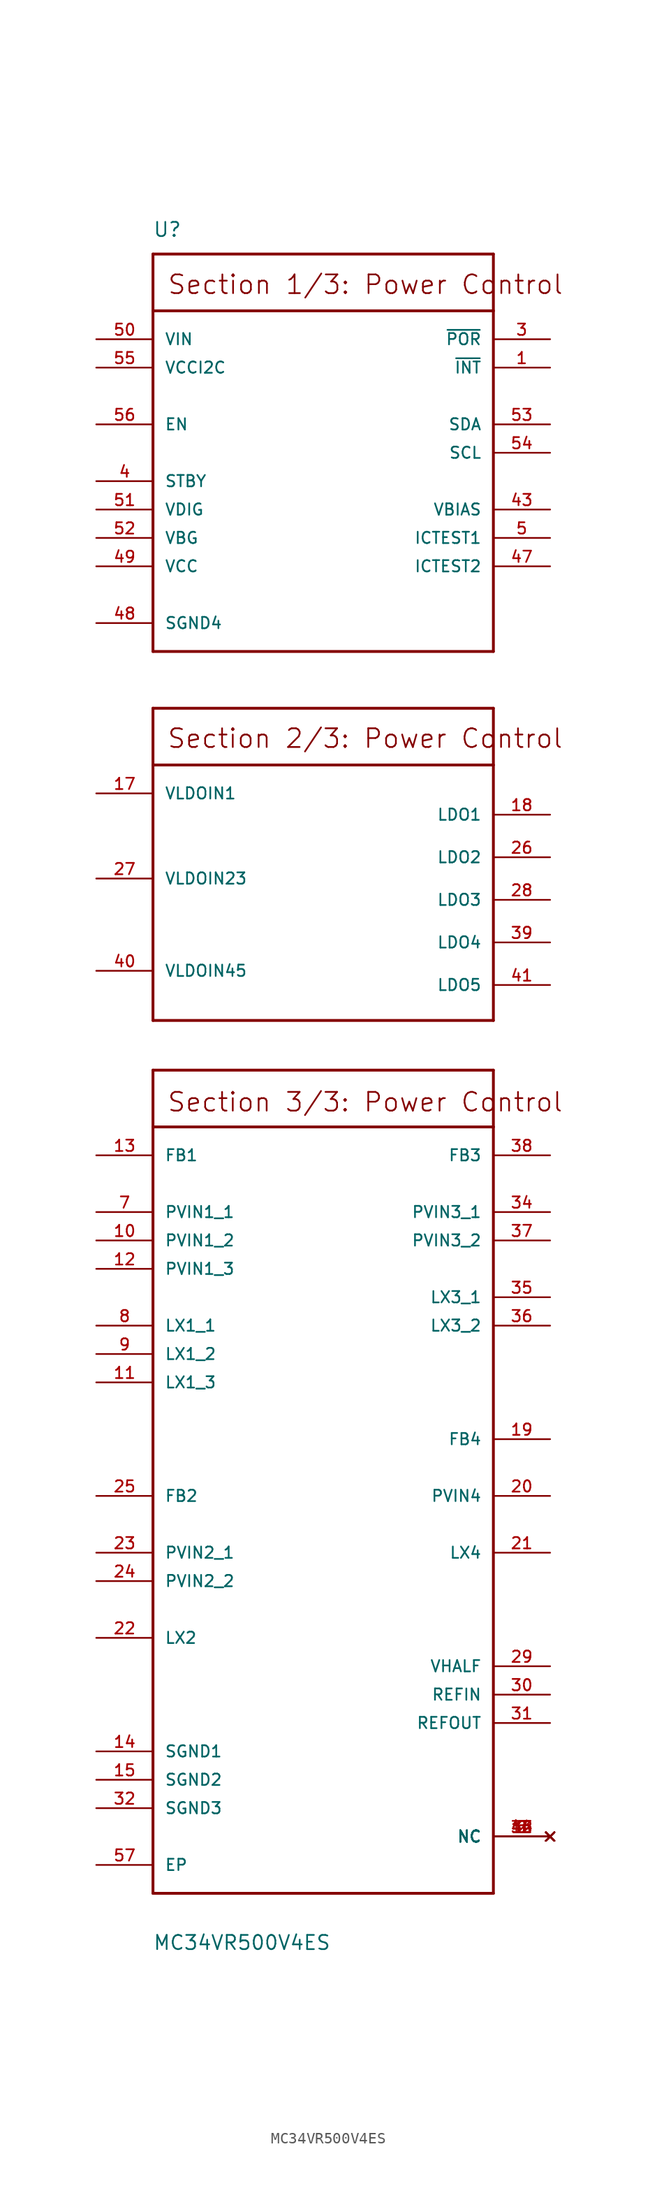
<source format=kicad_sym>
(kicad_symbol_lib
  (version 20200908)
  (generator kicad_symbol_editor)
  (symbol "MC34VR500V4ES:MC34VR500V4ES"
    (pin_names
      (offset 1.016))
    (property "Reference" "U"
      (at -15.265 71.933 0)
      (effects (font (size 1.27 1.27)) (justify left bottom)))
    (property "Value" "MC34VR500V4ES"
      (at -15.265 -81.356 0)
      (effects (font (size 1.27 1.27)) (justify left bottom)))
    (property "ki_locked" ""
      (at 0 0 0)
      (effects (font (size 1.27 1.27))))
    (symbol "MC34VR500V4ES_0_0"
      (text "Section 1/3: Power Control" (at -13.995 66.777 0) (effects (font (size 1.676 1.676)) (justify left bottom)))
      (text "Section 2/3: Power Control" (at -14.021 26.162 0) (effects (font (size 1.676 1.676)) (justify left bottom)))
      (text "Section 3/3: Power Control" (at -14.021 -6.375 0) (effects (font (size 1.676 1.676)) (justify left bottom)))
      (polyline (pts (xy -15.24 -7.62) (xy -15.24 -76.2)) (stroke (width 0.254)) (fill (type none)))
      (polyline (pts (xy -15.24 -76.2) (xy 15.24 -76.2)) (stroke (width 0.254)) (fill (type none)))
      (polyline (pts (xy 15.24 -76.2) (xy 15.24 -7.62)) (stroke (width 0.254)) (fill (type none)))
      (polyline (pts (xy 15.24 -7.62) (xy -15.24 -7.62)) (stroke (width 0.254)) (fill (type none)))
      (polyline (pts (xy -15.24 65.405) (xy 15.24 65.405)) (stroke (width 0.254)) (fill (type none)))
      (polyline (pts (xy 15.24 65.405) (xy 15.24 34.925)) (stroke (width 0.254)) (fill (type none)))
      (polyline (pts (xy 15.24 34.925) (xy -15.24 34.925)) (stroke (width 0.254)) (fill (type none)))
      (polyline (pts (xy -15.24 34.925) (xy -15.24 70.485)) (stroke (width 0.254)) (fill (type none)))
      (polyline (pts (xy -15.24 70.485) (xy 15.24 70.485)) (stroke (width 0.254)) (fill (type none)))
      (polyline (pts (xy 15.24 70.485) (xy 15.24 65.405)) (stroke (width 0.254)) (fill (type none)))
      (polyline (pts (xy -15.24 24.765) (xy 15.24 24.765)) (stroke (width 0.254)) (fill (type none)))
      (polyline (pts (xy 15.24 24.765) (xy 15.24 1.905)) (stroke (width 0.254)) (fill (type none)))
      (polyline (pts (xy 15.24 1.905) (xy -15.24 1.905)) (stroke (width 0.254)) (fill (type none)))
      (polyline (pts (xy -15.24 1.905) (xy -15.24 29.845)) (stroke (width 0.254)) (fill (type none)))
      (polyline (pts (xy -15.24 29.845) (xy 15.24 29.845)) (stroke (width 0.254)) (fill (type none)))
      (polyline (pts (xy 15.24 29.845) (xy 15.24 24.765)) (stroke (width 0.254)) (fill (type none)))
      (polyline (pts (xy -15.24 -7.62) (xy -15.24 -2.54)) (stroke (width 0.254)) (fill (type none)))
      (polyline (pts (xy -15.24 -2.54) (xy 15.24 -2.54)) (stroke (width 0.254)) (fill (type none)))
      (polyline (pts (xy 15.24 -2.54) (xy 15.24 -7.62)) (stroke (width 0.254)) (fill (type none)))
      (pin output line (at 20.32 60.325 180) (length 5.08) (name "~INT~" (effects (font (size 1.016 1.016)))) (number "1" (effects (font (size 1.016 1.016)))))
      (pin output line (at 20.32 62.865 180) (length 5.08) (name "~POR~" (effects (font (size 1.016 1.016)))) (number "3" (effects (font (size 1.016 1.016)))))
      (pin input line (at -20.32 50.165 0) (length 5.08) (name "STBY" (effects (font (size 1.016 1.016)))) (number "4" (effects (font (size 1.016 1.016)))))
      (pin input line (at 20.32 45.085 180) (length 5.08) (name "ICTEST1" (effects (font (size 1.016 1.016)))) (number "5" (effects (font (size 1.016 1.016)))))
      (pin input line (at -20.32 -15.24 0) (length 5.08) (name "PVIN1_1" (effects (font (size 1.016 1.016)))) (number "7" (effects (font (size 1.016 1.016)))))
      (pin output line (at -20.32 -25.4 0) (length 5.08) (name "LX1_1" (effects (font (size 1.016 1.016)))) (number "8" (effects (font (size 1.016 1.016)))))
      (pin input line (at -20.32 -10.16 0) (length 5.08) (name "FB1" (effects (font (size 1.016 1.016)))) (number "13" (effects (font (size 1.016 1.016)))))
      (pin power_in line (at -20.32 -63.5 0) (length 5.08) (name "SGND1" (effects (font (size 1.016 1.016)))) (number "14" (effects (font (size 1.016 1.016)))))
      (pin input line (at -20.32 22.225 0) (length 5.08) (name "VLDOIN1" (effects (font (size 1.016 1.016)))) (number "17" (effects (font (size 1.016 1.016)))))
      (pin output line (at 20.32 20.32 180) (length 5.08) (name "LDO1" (effects (font (size 1.016 1.016)))) (number "18" (effects (font (size 1.016 1.016)))))
      (pin input line (at 20.32 -35.56 180) (length 5.08) (name "FB4" (effects (font (size 1.016 1.016)))) (number "19" (effects (font (size 1.016 1.016)))))
      (pin input line (at 20.32 -40.64 180) (length 5.08) (name "PVIN4" (effects (font (size 1.016 1.016)))) (number "20" (effects (font (size 1.016 1.016)))))
      (pin output line (at 20.32 -45.72 180) (length 5.08) (name "LX4" (effects (font (size 1.016 1.016)))) (number "21" (effects (font (size 1.016 1.016)))))
      (pin output line (at -20.32 -53.34 0) (length 5.08) (name "LX2" (effects (font (size 1.016 1.016)))) (number "22" (effects (font (size 1.016 1.016)))))
      (pin input line (at -20.32 -45.72 0) (length 5.08) (name "PVIN2_1" (effects (font (size 1.016 1.016)))) (number "23" (effects (font (size 1.016 1.016)))))
      (pin input line (at -20.32 -48.26 0) (length 5.08) (name "PVIN2_2" (effects (font (size 1.016 1.016)))) (number "24" (effects (font (size 1.016 1.016)))))
      (pin input line (at -20.32 -40.64 0) (length 5.08) (name "FB2" (effects (font (size 1.016 1.016)))) (number "25" (effects (font (size 1.016 1.016)))))
      (pin output line (at 20.32 16.51 180) (length 5.08) (name "LDO2" (effects (font (size 1.016 1.016)))) (number "26" (effects (font (size 1.016 1.016)))))
      (pin input line (at -20.32 14.605 0) (length 5.08) (name "VLDOIN23" (effects (font (size 1.016 1.016)))) (number "27" (effects (font (size 1.016 1.016)))))
      (pin output line (at 20.32 12.7 180) (length 5.08) (name "LDO3" (effects (font (size 1.016 1.016)))) (number "28" (effects (font (size 1.016 1.016)))))
      (pin input line (at 20.32 -55.88 180) (length 5.08) (name "VHALF" (effects (font (size 1.016 1.016)))) (number "29" (effects (font (size 1.016 1.016)))))
      (pin input line (at 20.32 -58.42 180) (length 5.08) (name "REFIN" (effects (font (size 1.016 1.016)))) (number "30" (effects (font (size 1.016 1.016)))))
      (pin output line (at 20.32 -60.96 180) (length 5.08) (name "REFOUT" (effects (font (size 1.016 1.016)))) (number "31" (effects (font (size 1.016 1.016)))))
      (pin power_in line (at -20.32 -68.58 0) (length 5.08) (name "SGND3" (effects (font (size 1.016 1.016)))) (number "32" (effects (font (size 1.016 1.016)))))
      (pin input line (at 20.32 -15.24 180) (length 5.08) (name "PVIN3_1" (effects (font (size 1.016 1.016)))) (number "34" (effects (font (size 1.016 1.016)))))
      (pin input line (at 20.32 -17.78 180) (length 5.08) (name "PVIN3_2" (effects (font (size 1.016 1.016)))) (number "37" (effects (font (size 1.016 1.016)))))
      (pin output line (at 20.32 -22.86 180) (length 5.08) (name "LX3_1" (effects (font (size 1.016 1.016)))) (number "35" (effects (font (size 1.016 1.016)))))
      (pin output line (at 20.32 -25.4 180) (length 5.08) (name "LX3_2" (effects (font (size 1.016 1.016)))) (number "36" (effects (font (size 1.016 1.016)))))
      (pin input line (at 20.32 -10.16 180) (length 5.08) (name "FB3" (effects (font (size 1.016 1.016)))) (number "38" (effects (font (size 1.016 1.016)))))
      (pin output line (at 20.32 8.89 180) (length 5.08) (name "LDO4" (effects (font (size 1.016 1.016)))) (number "39" (effects (font (size 1.016 1.016)))))
      (pin input line (at -20.32 6.35 0) (length 5.08) (name "VLDOIN45" (effects (font (size 1.016 1.016)))) (number "40" (effects (font (size 1.016 1.016)))))
      (pin input line (at 20.32 47.625 180) (length 5.08) (name "VBIAS" (effects (font (size 1.016 1.016)))) (number "43" (effects (font (size 1.016 1.016)))))
      (pin output line (at 20.32 5.08 180) (length 5.08) (name "LDO5" (effects (font (size 1.016 1.016)))) (number "41" (effects (font (size 1.016 1.016)))))
      (pin input line (at 20.32 42.545 180) (length 5.08) (name "ICTEST2" (effects (font (size 1.016 1.016)))) (number "47" (effects (font (size 1.016 1.016)))))
      (pin power_in line (at -20.32 37.465 0) (length 5.08) (name "SGND4" (effects (font (size 1.016 1.016)))) (number "48" (effects (font (size 1.016 1.016)))))
      (pin power_in line (at -20.32 42.545 0) (length 5.08) (name "VCC" (effects (font (size 1.016 1.016)))) (number "49" (effects (font (size 1.016 1.016)))))
      (pin power_in line (at -20.32 62.865 0) (length 5.08) (name "VIN" (effects (font (size 1.016 1.016)))) (number "50" (effects (font (size 1.016 1.016)))))
      (pin output line (at -20.32 47.625 0) (length 5.08) (name "VDIG" (effects (font (size 1.016 1.016)))) (number "51" (effects (font (size 1.016 1.016)))))
      (pin output line (at -20.32 45.085 0) (length 5.08) (name "VBG" (effects (font (size 1.016 1.016)))) (number "52" (effects (font (size 1.016 1.016)))))
      (pin bidirectional line (at 20.32 55.245 180) (length 5.08) (name "SDA" (effects (font (size 1.016 1.016)))) (number "53" (effects (font (size 1.016 1.016)))))
      (pin input line (at 20.32 52.705 180) (length 5.08) (name "SCL" (effects (font (size 1.016 1.016)))) (number "54" (effects (font (size 1.016 1.016)))))
      (pin input line (at -20.32 60.325 0) (length 5.08) (name "VCCI2C" (effects (font (size 1.016 1.016)))) (number "55" (effects (font (size 1.016 1.016)))))
      (pin input line (at -20.32 55.245 0) (length 5.08) (name "EN" (effects (font (size 1.016 1.016)))) (number "56" (effects (font (size 1.016 1.016)))))
      (pin power_in line (at -20.32 -73.66 0) (length 5.08) (name "EP" (effects (font (size 1.016 1.016)))) (number "57" (effects (font (size 1.016 1.016)))))
      (pin unconnected line (at 20.32 -71.12 180) (length 5.08) (name "NC" (effects (font (size 1.016 1.016)))) (number "2" (effects (font (size 1.016 1.016)))))
      (pin unconnected line (at 20.32 -71.12 180) (length 5.08) (name "NC" (effects (font (size 1.016 1.016)))) (number "6" (effects (font (size 1.016 1.016)))))
      (pin unconnected line (at 20.32 -71.12 180) (length 5.08) (name "NC" (effects (font (size 1.016 1.016)))) (number "16" (effects (font (size 1.016 1.016)))))
      (pin unconnected line (at 20.32 -71.12 180) (length 5.08) (name "NC" (effects (font (size 1.016 1.016)))) (number "33" (effects (font (size 1.016 1.016)))))
      (pin unconnected line (at 20.32 -71.12 180) (length 5.08) (name "NC" (effects (font (size 1.016 1.016)))) (number "42" (effects (font (size 1.016 1.016)))))
      (pin unconnected line (at 20.32 -71.12 180) (length 5.08) (name "NC" (effects (font (size 1.016 1.016)))) (number "44" (effects (font (size 1.016 1.016)))))
      (pin unconnected line (at 20.32 -71.12 180) (length 5.08) (name "NC" (effects (font (size 1.016 1.016)))) (number "45" (effects (font (size 1.016 1.016)))))
      (pin unconnected line (at 20.32 -71.12 180) (length 5.08) (name "NC" (effects (font (size 1.016 1.016)))) (number "46" (effects (font (size 1.016 1.016)))))
      (pin input line (at -20.32 -17.78 0) (length 5.08) (name "PVIN1_2" (effects (font (size 1.016 1.016)))) (number "10" (effects (font (size 1.016 1.016)))))
      (pin input line (at -20.32 -20.32 0) (length 5.08) (name "PVIN1_3" (effects (font (size 1.016 1.016)))) (number "12" (effects (font (size 1.016 1.016)))))
      (pin output line (at -20.32 -27.94 0) (length 5.08) (name "LX1_2" (effects (font (size 1.016 1.016)))) (number "9" (effects (font (size 1.016 1.016)))))
      (pin output line (at -20.32 -30.48 0) (length 5.08) (name "LX1_3" (effects (font (size 1.016 1.016)))) (number "11" (effects (font (size 1.016 1.016)))))
      (pin power_in line (at -20.32 -66.04 0) (length 5.08) (name "SGND2" (effects (font (size 1.016 1.016)))) (number "15" (effects (font (size 1.016 1.016))))))))
</source>
